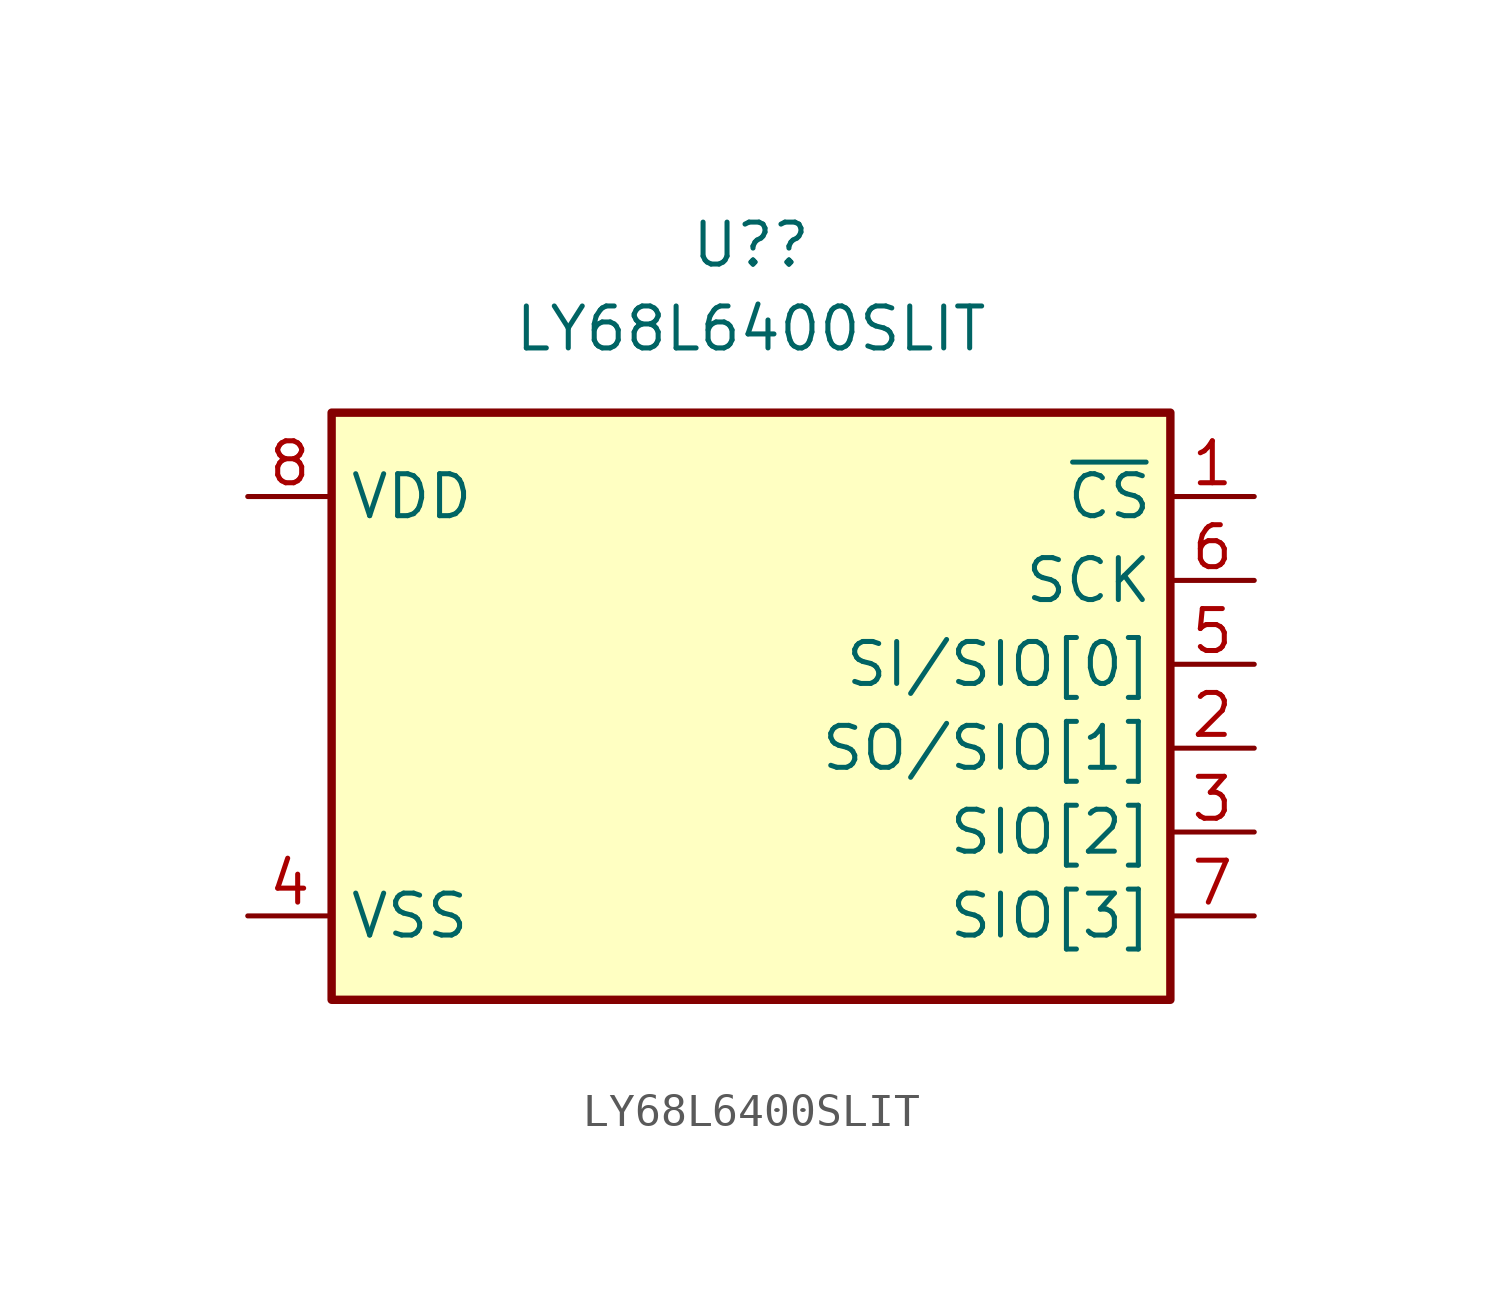
<source format=kicad_sym>
(kicad_symbol_lib
  (version 20211014)
  (generator kicad_symbol_editor)
  (symbol "LY68L6400SLIT"
    (property "Reference" "U?"
      (at 0 13.97 0)
      (effects (font (size 1.27 1.27))))
    (property "Value" "LY68L6400SLIT"
      (at 0 11.43 0)
      (effects (font (size 1.27 1.27))))
    (symbol "LY68L6400SLIT_1_1"
      (rectangle (start -12.7 8.89) (end 12.7 -8.89) (stroke (width 0.254) (type default) (color 0 0 0 0)) (fill (type background)))
      (pin input line (at 15.24 6.35 180) (length 2.54) (name "~{CS}" (effects (font (size 1.27 1.27)))) (number "1" (effects (font (size 1.27 1.27)))))
      (pin bidirectional line (at 15.24 -1.27 180) (length 2.54) (name "SO/SIO[1]" (effects (font (size 1.27 1.27)))) (number "2" (effects (font (size 1.27 1.27)))))
      (pin bidirectional line (at 15.24 -3.81 180) (length 2.54) (name "SIO[2]" (effects (font (size 1.27 1.27)))) (number "3" (effects (font (size 1.27 1.27)))))
      (pin power_in line (at -15.24 -6.35 0) (length 2.54) (name "VSS" (effects (font (size 1.27 1.27)))) (number "4" (effects (font (size 1.27 1.27)))))
      (pin bidirectional line (at 15.24 1.27 180) (length 2.54) (name "SI/SIO[0]" (effects (font (size 1.27 1.27)))) (number "5" (effects (font (size 1.27 1.27)))))
      (pin input line (at 15.24 3.81 180) (length 2.54) (name "SCK" (effects (font (size 1.27 1.27)))) (number "6" (effects (font (size 1.27 1.27)))))
      (pin bidirectional line (at 15.24 -6.35 180) (length 2.54) (name "SIO[3]" (effects (font (size 1.27 1.27)))) (number "7" (effects (font (size 1.27 1.27)))))
      (pin power_in line (at -15.24 6.35 0) (length 2.54) (name "VDD" (effects (font (size 1.27 1.27)))) (number "8" (effects (font (size 1.27 1.27))))))))
</source>
